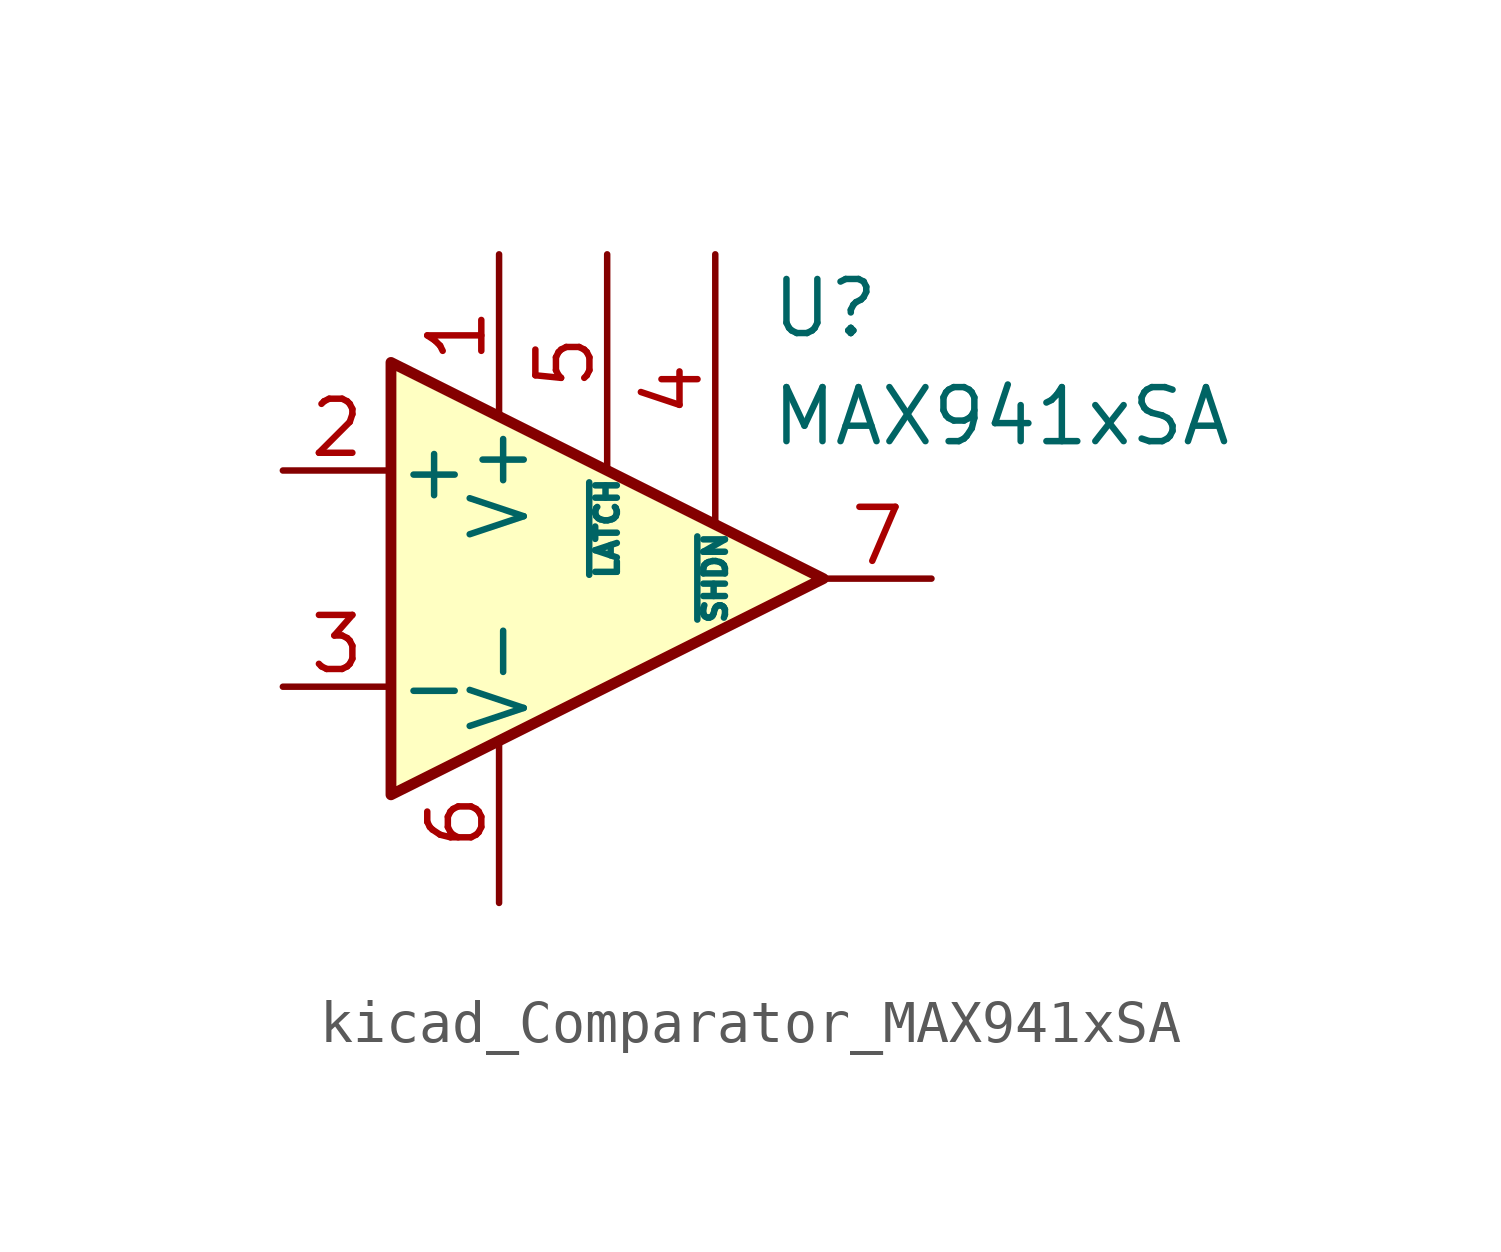
<source format=kicad_sym>
(kicad_symbol_lib
  (version 20220914)
  (generator kicad_symbol_editor)
  (symbol "kicad_Comparator_MAX941xSA"
    (pin_names
      (offset 0.127))
    (property "Reference" "U"
      (at 3.81 6.35 0)
      (effects (font (size 1.27 1.27)) (justify left)))
    (property "Value" "MAX941xSA"
      (at 3.81 3.81 0)
      (effects (font (size 1.27 1.27)) (justify left)))
    (symbol "kicad_Comparator_MAX941xSA_0_1"
      (polyline (pts (xy -5.08 5.08) (xy -5.08 -5.08) (xy 5.08 0) (xy -5.08 5.08)) (stroke (width 0.254) (type default)) (fill (type background))))
    (symbol "kicad_Comparator_MAX941xSA_1_1"
      (pin power_in line (at -2.54 7.62 270) (length 3.81) (name "V+" (effects (font (size 1.27 1.27)))) (number "1" (effects (font (size 1.27 1.27)))))
      (pin input line (at -7.62 2.54 0) (length 2.54) (name "+" (effects (font (size 1.27 1.27)))) (number "2" (effects (font (size 1.27 1.27)))))
      (pin input line (at -7.62 -2.54 0) (length 2.54) (name "-" (effects (font (size 1.27 1.27)))) (number "3" (effects (font (size 1.27 1.27)))))
      (pin input line (at 2.54 7.62 270) (length 6.35) (name "~{SHDN}" (effects (font (size 0.508 0.508)))) (number "4" (effects (font (size 1.27 1.27)))))
      (pin input line (at 0 7.62 270) (length 5.08) (name "~{LATCH}" (effects (font (size 0.508 0.508)))) (number "5" (effects (font (size 1.27 1.27)))))
      (pin power_in line (at -2.54 -7.62 90) (length 3.81) (name "V-" (effects (font (size 1.27 1.27)))) (number "6" (effects (font (size 1.27 1.27)))))
      (pin output line (at 7.62 0 180) (length 2.54) (name "~" (effects (font (size 1.27 1.27)))) (number "7" (effects (font (size 1.27 1.27)))))
      (pin no_connect line (at 0 -2.54 90) (length 2.54) hide (name "NC" (effects (font (size 0.508 0.508)))) (number "8" (effects (font (size 1.27 1.27))))))))
</source>
